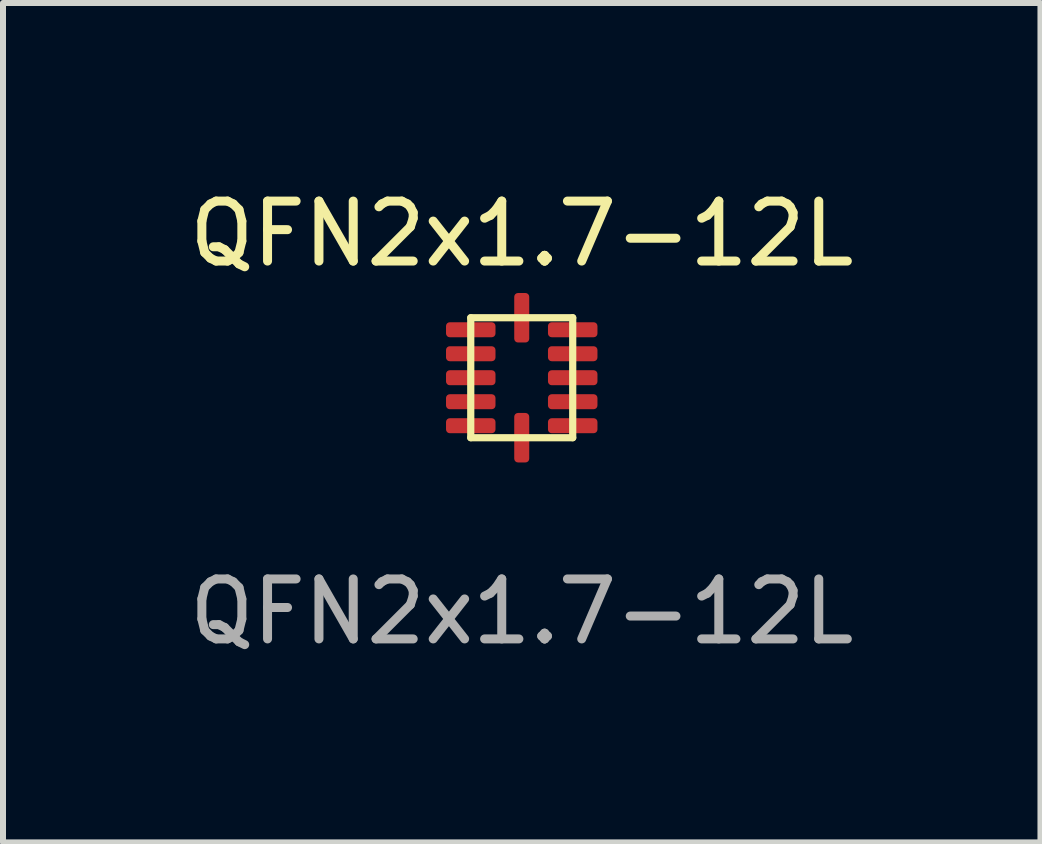
<source format=kicad_pcb>
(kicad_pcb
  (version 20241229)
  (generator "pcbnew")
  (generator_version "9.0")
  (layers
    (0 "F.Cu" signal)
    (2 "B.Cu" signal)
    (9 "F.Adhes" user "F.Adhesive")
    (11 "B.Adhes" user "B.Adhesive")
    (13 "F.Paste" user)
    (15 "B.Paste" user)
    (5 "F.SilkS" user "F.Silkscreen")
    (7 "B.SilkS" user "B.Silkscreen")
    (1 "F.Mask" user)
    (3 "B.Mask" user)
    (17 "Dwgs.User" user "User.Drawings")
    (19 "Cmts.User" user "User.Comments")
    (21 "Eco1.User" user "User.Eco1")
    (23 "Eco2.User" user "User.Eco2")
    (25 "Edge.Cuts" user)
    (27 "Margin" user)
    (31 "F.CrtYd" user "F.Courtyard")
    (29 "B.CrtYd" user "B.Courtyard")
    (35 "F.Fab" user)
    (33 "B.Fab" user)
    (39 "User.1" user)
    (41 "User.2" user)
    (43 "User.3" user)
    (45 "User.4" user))
  (footprint "QFN2x1.7-12L"
    (layer "F.Cu")
    (at 5.649 3.248)
    (property "Reference" "QFN2x1.7-12L" (at 0 -2.4 0) (unlocked yes) (layer "F.SilkS") (effects (font (size 1 1) (thickness 0.15))))
    (attr smd)
    (fp_line (start -0.85 -1) (end -0.85 1) (stroke (width 0.12) (type solid)) (layer "F.SilkS"))
    (fp_line (start -0.85 -1) (end 0.85 -1) (stroke (width 0.12) (type solid)) (layer "F.SilkS"))
    (fp_line (start -0.85 1) (end 0.85 1) (stroke (width 0.12) (type solid)) (layer "F.SilkS"))
    (fp_line (start 0.85 -1) (end 0.85 1) (stroke (width 0.12) (type solid)) (layer "F.SilkS"))
    (fp_text user "${REFERENCE}" (at 0 3.9 0) (unlocked yes) (layer "F.Fab") (effects (font (size 1 1) (thickness 0.15))))
    (pad "1" smd roundrect (at -0.85 -0.8) (size 0.825 0.25) (layers "F.Cu" "F.Mask" "F.Paste") (roundrect_rratio 0.25))
    (pad "2" smd roundrect (at -0.85 -0.4) (size 0.825 0.25) (layers "F.Cu" "F.Mask" "F.Paste") (roundrect_rratio 0.25))
    (pad "3" smd roundrect (at -0.85 0) (size 0.825 0.25) (layers "F.Cu" "F.Mask" "F.Paste") (roundrect_rratio 0.25))
    (pad "4" smd roundrect (at -0.85 0.4) (size 0.825 0.25) (layers "F.Cu" "F.Mask" "F.Paste") (roundrect_rratio 0.25))
    (pad "5" smd roundrect (at -0.85 0.8) (size 0.825 0.25) (layers "F.Cu" "F.Mask" "F.Paste") (roundrect_rratio 0.25))
    (pad "6" smd roundrect (at 0 1 90) (size 0.825 0.25) (layers "F.Cu" "F.Mask" "F.Paste") (roundrect_rratio 0.25))
    (pad "7" smd roundrect (at 0.85 0.8) (size 0.825 0.25) (layers "F.Cu" "F.Mask" "F.Paste") (roundrect_rratio 0.25))
    (pad "8" smd roundrect (at 0.85 0.4) (size 0.825 0.25) (layers "F.Cu" "F.Mask" "F.Paste") (roundrect_rratio 0.25))
    (pad "9" smd roundrect (at 0.85 0) (size 0.825 0.25) (layers "F.Cu" "F.Mask" "F.Paste") (roundrect_rratio 0.25))
    (pad "10" smd roundrect (at 0.85 -0.4) (size 0.825 0.25) (layers "F.Cu" "F.Mask" "F.Paste") (roundrect_rratio 0.25))
    (pad "11" smd roundrect (at 0.85 -0.8) (size 0.825 0.25) (layers "F.Cu" "F.Mask" "F.Paste") (roundrect_rratio 0.25))
    (pad "12" smd roundrect (at 0 -1 90) (size 0.825 0.25) (layers "F.Cu" "F.Mask" "F.Paste") (roundrect_rratio 0.25)))
  (gr_rect
    (start -3 -3)
    (end 14.298 10.996)
    (stroke (width 0.1) (type default))
    (fill no)
    (layer "Edge.Cuts")))
</source>
